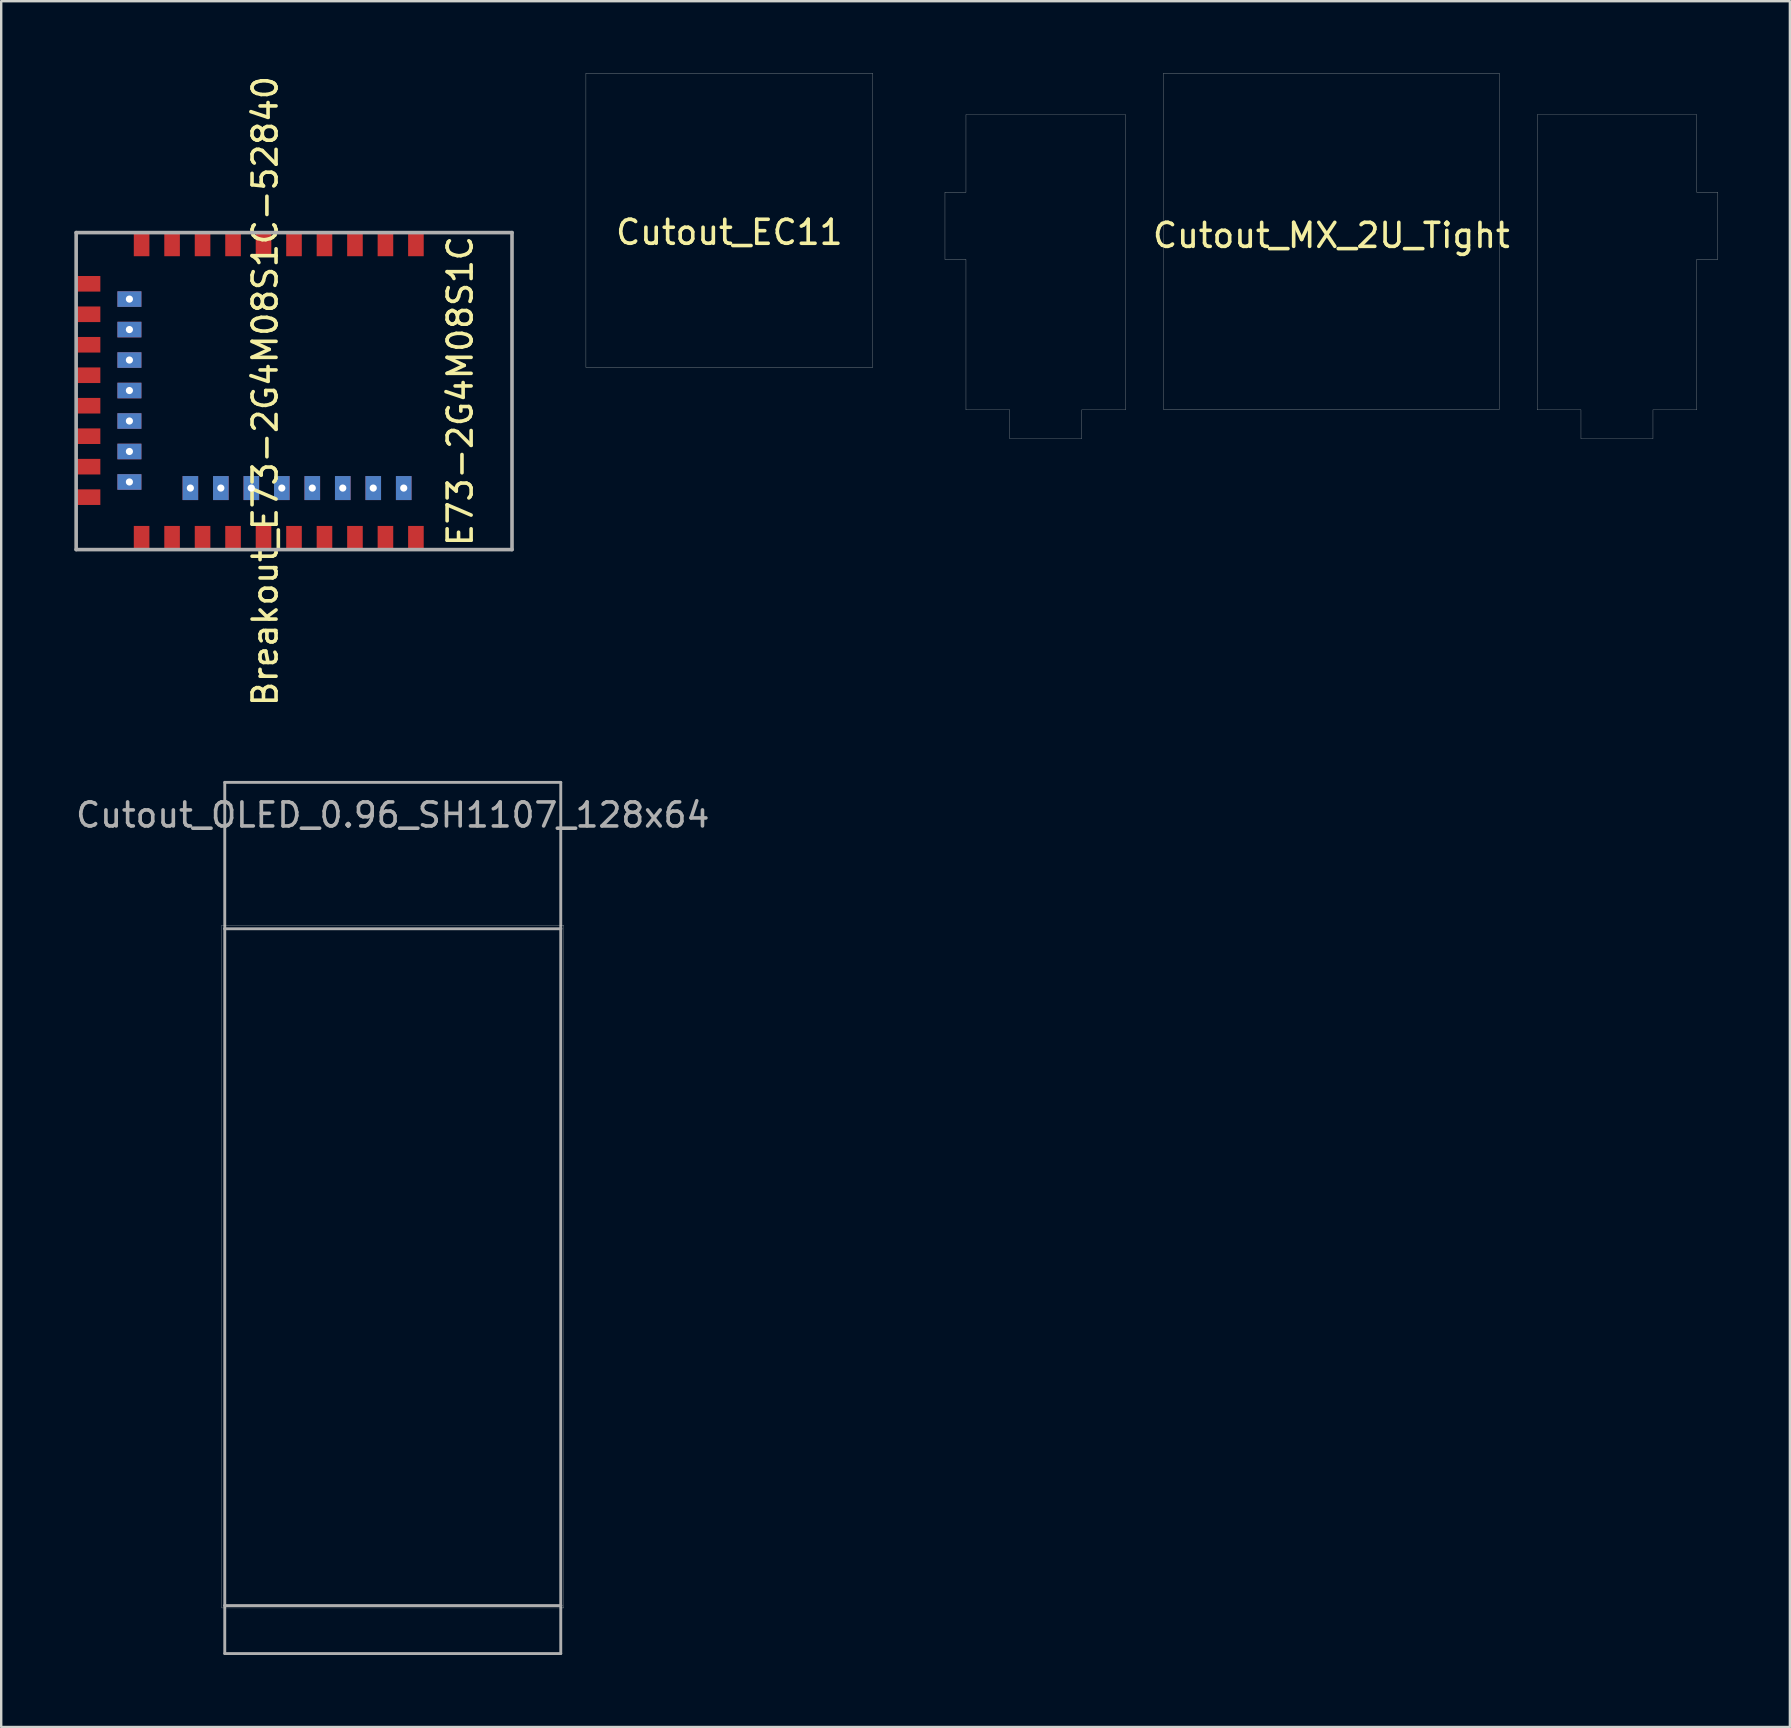
<source format=kicad_pcb>
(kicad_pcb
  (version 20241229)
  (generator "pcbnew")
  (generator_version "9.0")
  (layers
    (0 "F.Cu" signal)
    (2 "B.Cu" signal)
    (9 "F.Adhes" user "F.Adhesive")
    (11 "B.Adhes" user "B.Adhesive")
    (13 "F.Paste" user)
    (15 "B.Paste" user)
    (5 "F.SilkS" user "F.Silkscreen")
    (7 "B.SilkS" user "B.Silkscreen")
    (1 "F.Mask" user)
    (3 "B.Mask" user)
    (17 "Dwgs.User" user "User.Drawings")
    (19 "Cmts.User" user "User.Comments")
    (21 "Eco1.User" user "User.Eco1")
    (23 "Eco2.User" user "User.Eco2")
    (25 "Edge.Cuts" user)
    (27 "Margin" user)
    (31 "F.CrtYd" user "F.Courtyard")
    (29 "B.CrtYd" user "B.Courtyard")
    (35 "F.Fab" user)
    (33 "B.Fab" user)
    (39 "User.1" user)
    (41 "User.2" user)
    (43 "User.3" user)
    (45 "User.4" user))
  (footprint "Cutout_OLED_0.96_SH1107_128x64"
    (layer "F.Cu")
    (at 13.315 46.148)
    (property "Reference" "Cutout_OLED_0.96_SH1107_128x64" (at 0 -15.24 0) (layer "F.Fab") (effects (font (size 1 1) (thickness 0.15))))
    (attr through_hole)
    (fp_line (start -7.125 -10.65) (end -7.125 17.8) (stroke (width 0.01) (type solid)) (layer "Edge.Cuts"))
    (fp_line (start -7.125 17.8) (end 7.125 17.8) (stroke (width 0.01) (type solid)) (layer "Edge.Cuts"))
    (fp_line (start 7.125 -10.65) (end -7.125 -10.65) (stroke (width 0.01) (type solid)) (layer "Edge.Cuts"))
    (fp_line (start 7.125 17.8) (end 7.125 -10.65) (stroke (width 0.01) (type solid)) (layer "Edge.Cuts"))
    (fp_line (start -7 -16.6) (end -7 -10.5) (stroke (width 0.12) (type solid)) (layer "F.Fab"))
    (fp_line (start -7 -10.5) (end -7 17.7) (stroke (width 0.12) (type solid)) (layer "F.Fab"))
    (fp_line (start -7 17.7) (end -7 19.7) (stroke (width 0.12) (type solid)) (layer "F.Fab"))
    (fp_line (start -7 17.7) (end 7 17.7) (stroke (width 0.12) (type solid)) (layer "F.Fab"))
    (fp_line (start -7 19.7) (end 7 19.7) (stroke (width 0.12) (type solid)) (layer "F.Fab"))
    (fp_line (start 7 -16.6) (end -7 -16.6) (stroke (width 0.12) (type solid)) (layer "F.Fab"))
    (fp_line (start 7 -16.6) (end 7 -10.5) (stroke (width 0.12) (type solid)) (layer "F.Fab"))
    (fp_line (start 7 -10.5) (end -7 -10.5) (stroke (width 0.12) (type solid)) (layer "F.Fab"))
    (fp_line (start 7 -10.5) (end 7 17.7) (stroke (width 0.12) (type solid)) (layer "F.Fab"))
    (fp_line (start 7 17.7) (end 7 19.7) (stroke (width 0.12) (type solid)) (layer "F.Fab")))
  (footprint "Cutout_EC11"
    (layer "F.Cu")
    (at 27.339 6.13)
    (property "Reference" "Cutout_EC11" (at 0 0.5 0) (layer "F.SilkS") (effects (font (size 1 1) (thickness 0.15))))
    (attr through_hole)
    (fp_line (start -5.975 -6.125) (end -5.975 6.125) (stroke (width 0.01) (type solid)) (layer "Edge.Cuts"))
    (fp_line (start -5.975 6.125) (end 5.975 6.125) (stroke (width 0.01) (type solid)) (layer "Edge.Cuts"))
    (fp_line (start 5.975 -6.125) (end -5.975 -6.125) (stroke (width 0.01) (type solid)) (layer "Edge.Cuts"))
    (fp_line (start 5.975 -6.125) (end 5.975 6.125) (stroke (width 0.01) (type solid)) (layer "Edge.Cuts")))
  (footprint "Cutout_MX_2U_Tight"
    (layer "F.Cu")
    (at 52.424 7.005)
    (property "Reference" "Cutout_MX_2U_Tight" (at 0 -0.246 180) (layer "F.SilkS") (effects (font (size 1 1) (thickness 0.15))))
    (attr through_hole)
    (fp_line (start -16.1 0.754) (end -16.1 -2.046) (stroke (width 0.01) (type solid)) (layer "Edge.Cuts"))
    (fp_line (start -15.225 -2.046) (end -16.1 -2.046) (stroke (width 0.01) (type solid)) (layer "Edge.Cuts"))
    (fp_line (start -15.225 -2.046) (end -15.225 -5.276) (stroke (width 0.01) (type solid)) (layer "Edge.Cuts"))
    (fp_line (start -15.225 0.754) (end -16.1 0.754) (stroke (width 0.01) (type solid)) (layer "Edge.Cuts"))
    (fp_line (start -15.225 7.024) (end -15.225 0.754) (stroke (width 0.01) (type solid)) (layer "Edge.Cuts"))
    (fp_line (start -13.4 7.024) (end -15.225 7.024) (stroke (width 0.01) (type solid)) (layer "Edge.Cuts"))
    (fp_line (start -13.4 8.224) (end -13.4 7.024) (stroke (width 0.01) (type solid)) (layer "Edge.Cuts"))
    (fp_line (start -10.4 8.224) (end -13.4 8.224) (stroke (width 0.01) (type solid)) (layer "Edge.Cuts"))
    (fp_line (start -10.4 8.224) (end -10.4 7.024) (stroke (width 0.01) (type solid)) (layer "Edge.Cuts"))
    (fp_line (start -8.575 -5.276) (end -15.225 -5.276) (stroke (width 0.01) (type solid)) (layer "Edge.Cuts"))
    (fp_line (start -8.575 7.024) (end -10.4 7.024) (stroke (width 0.01) (type solid)) (layer "Edge.Cuts"))
    (fp_line (start -8.575 7.024) (end -8.575 -5.276) (stroke (width 0.01) (type solid)) (layer "Edge.Cuts"))
    (fp_line (start -7 7) (end -7 -7) (stroke (width 0.01) (type solid)) (layer "Edge.Cuts"))
    (fp_line (start 7 -7) (end -7 -7) (stroke (width 0.01) (type solid)) (layer "Edge.Cuts"))
    (fp_line (start 7 7) (end -7 7) (stroke (width 0.01) (type solid)) (layer "Edge.Cuts"))
    (fp_line (start 7 7) (end 7 -7) (stroke (width 0.01) (type solid)) (layer "Edge.Cuts"))
    (fp_line (start 8.575 7.024) (end 8.575 -5.276) (stroke (width 0.01) (type solid)) (layer "Edge.Cuts"))
    (fp_line (start 10.4 7.024) (end 8.575 7.024) (stroke (width 0.01) (type solid)) (layer "Edge.Cuts"))
    (fp_line (start 10.4 8.224) (end 10.4 7.024) (stroke (width 0.01) (type solid)) (layer "Edge.Cuts"))
    (fp_line (start 13.4 8.224) (end 10.4 8.224) (stroke (width 0.01) (type solid)) (layer "Edge.Cuts"))
    (fp_line (start 13.4 8.224) (end 13.4 7.024) (stroke (width 0.01) (type solid)) (layer "Edge.Cuts"))
    (fp_line (start 15.225 -5.276) (end 8.575 -5.276) (stroke (width 0.01) (type solid)) (layer "Edge.Cuts"))
    (fp_line (start 15.225 -2.046) (end 15.225 -5.276) (stroke (width 0.01) (type solid)) (layer "Edge.Cuts"))
    (fp_line (start 15.225 7.024) (end 13.4 7.024) (stroke (width 0.01) (type solid)) (layer "Edge.Cuts"))
    (fp_line (start 15.225 7.024) (end 15.225 0.754) (stroke (width 0.01) (type solid)) (layer "Edge.Cuts"))
    (fp_line (start 16.1 -2.046) (end 15.225 -2.046) (stroke (width 0.01) (type solid)) (layer "Edge.Cuts"))
    (fp_line (start 16.1 0.754) (end 15.225 0.754) (stroke (width 0.01) (type solid)) (layer "Edge.Cuts"))
    (fp_line (start 16.1 0.754) (end 16.1 -2.046) (stroke (width 0.01) (type solid)) (layer "Edge.Cuts")))
  (footprint "Breakout_E73-2G4M08S1C-52840"
    (layer "F.Cu")
    (at 0.25 13.245)
    (property "Reference" "Breakout_E73-2G4M08S1C-52840" (at 7.747 -0.000467 270) (layer "F.SilkS") (effects (font (size 1 1) (thickness 0.15))))
    (attr through_hole)
    (fp_line (start -0.127 -6.604) (end -0.127 6.604) (stroke (width 0.15) (type solid)) (layer "F.Fab"))
    (fp_line (start -0.127 6.604) (end 18.034 6.604) (stroke (width 0.15) (type solid)) (layer "F.Fab"))
    (fp_line (start 18.034 -6.604) (end -0.127 -6.604) (stroke (width 0.15) (type solid)) (layer "F.Fab"))
    (fp_line (start 18.034 6.604) (end 18.034 -6.604) (stroke (width 0.15) (type solid)) (layer "F.Fab"))
    (fp_text user "E73-2G4M08S1C" (at 15.875 0 90) (layer "F.SilkS") (effects (font (size 1 1) (thickness 0.15))))
    (pad "1" smd rect (at 14.03 -6.119) (size 0.65 1) (layers "F.Cu" "F.Mask" "F.Paste"))
    (pad "2" smd rect (at 12.76 -6.119) (size 0.65 1) (layers "F.Cu" "F.Mask" "F.Paste"))
    (pad "3" smd rect (at 11.49 -6.119) (size 0.65 1) (layers "F.Cu" "F.Mask" "F.Paste"))
    (pad "4" smd rect (at 10.22 -6.119) (size 0.65 1) (layers "F.Cu" "F.Mask" "F.Paste"))
    (pad "5" smd rect (at 8.95 -6.119) (size 0.65 1) (layers "F.Cu" "F.Mask" "F.Paste"))
    (pad "6" smd rect (at 7.68 -6.119) (size 0.65 1) (layers "F.Cu" "F.Mask" "F.Paste"))
    (pad "7" smd rect (at 6.41 -6.119) (size 0.65 1) (layers "F.Cu" "F.Mask" "F.Paste"))
    (pad "8" smd rect (at 5.14 -6.119) (size 0.65 1) (layers "F.Cu" "F.Mask" "F.Paste"))
    (pad "9" smd rect (at 3.87 -6.119) (size 0.65 1) (layers "F.Cu" "F.Mask" "F.Paste"))
    (pad "10" smd rect (at 2.6 -6.119) (size 0.65 1) (layers "F.Cu" "F.Mask" "F.Paste"))
    (pad "11" smd rect (at 0.381 -4.47 90) (size 0.65 1) (layers "F.Cu" "F.Mask" "F.Paste"))
    (pad "12" thru_hole rect (at 2.092 -3.833 90) (size 0.65 1) (drill 0.3) (layers "*.Cu" "*.Mask"))
    (pad "13" smd rect (at 0.381 -3.2 90) (size 0.65 1) (layers "F.Cu" "F.Mask" "F.Paste"))
    (pad "14" thru_hole rect (at 2.092 -2.563 90) (size 0.65 1) (drill 0.3) (layers "*.Cu" "*.Mask"))
    (pad "15" smd rect (at 0.381 -1.93 90) (size 0.65 1) (layers "F.Cu" "F.Mask" "F.Paste"))
    (pad "16" thru_hole rect (at 2.092 -1.293 90) (size 0.65 1) (drill 0.3) (layers "*.Cu" "*.Mask"))
    (pad "17" smd rect (at 0.381 -0.66 90) (size 0.65 1) (layers "F.Cu" "F.Mask" "F.Paste"))
    (pad "18" thru_hole rect (at 2.092 -0.023 90) (size 0.65 1) (drill 0.3) (layers "*.Cu" "*.Mask"))
    (pad "19" smd rect (at 0.381 0.61 90) (size 0.65 1) (layers "F.Cu" "F.Mask" "F.Paste"))
    (pad "20" thru_hole rect (at 2.092 1.247 90) (size 0.65 1) (drill 0.3) (layers "*.Cu" "*.Mask"))
    (pad "21" smd rect (at 0.381 1.88 90) (size 0.65 1) (layers "F.Cu" "F.Mask" "F.Paste"))
    (pad "22" thru_hole rect (at 2.092 2.517 90) (size 0.65 1) (drill 0.3) (layers "*.Cu" "*.Mask"))
    (pad "23" smd rect (at 0.381 3.15 90) (size 0.65 1) (layers "F.Cu" "F.Mask" "F.Paste"))
    (pad "24" thru_hole rect (at 2.092 3.787 90) (size 0.65 1) (drill 0.3) (layers "*.Cu" "*.Mask"))
    (pad "25" smd rect (at 0.381 4.42 90) (size 0.65 1) (layers "F.Cu" "F.Mask" "F.Paste"))
    (pad "26" smd rect (at 2.6 6.119) (size 0.65 1) (layers "F.Cu" "F.Mask" "F.Paste"))
    (pad "27" smd rect (at 3.87 6.119) (size 0.65 1) (layers "F.Cu" "F.Mask" "F.Paste"))
    (pad "28" thru_hole rect (at 4.632 4.041) (size 0.65 1) (drill 0.3) (layers "*.Cu" "*.Mask"))
    (pad "29" smd rect (at 5.14 6.119) (size 0.65 1) (layers "F.Cu" "F.Mask" "F.Paste"))
    (pad "30" thru_hole rect (at 5.902 4.041) (size 0.65 1) (drill 0.3) (layers "*.Cu" "*.Mask"))
    (pad "31" smd rect (at 6.41 6.119) (size 0.65 1) (layers "F.Cu" "F.Mask" "F.Paste"))
    (pad "32" thru_hole rect (at 7.172 4.041) (size 0.65 1) (drill 0.3) (layers "*.Cu" "*.Mask"))
    (pad "33" smd rect (at 7.68 6.119) (size 0.65 1) (layers "F.Cu" "F.Mask" "F.Paste"))
    (pad "34" thru_hole rect (at 8.442 4.041) (size 0.65 1) (drill 0.3) (layers "*.Cu" "*.Mask"))
    (pad "35" smd rect (at 8.95 6.119) (size 0.65 1) (layers "F.Cu" "F.Mask" "F.Paste"))
    (pad "36" thru_hole rect (at 9.712 4.041) (size 0.65 1) (drill 0.3) (layers "*.Cu" "*.Mask"))
    (pad "37" smd rect (at 10.22 6.119) (size 0.65 1) (layers "F.Cu" "F.Mask" "F.Paste"))
    (pad "38" thru_hole rect (at 10.982 4.041) (size 0.65 1) (drill 0.3) (layers "*.Cu" "*.Mask"))
    (pad "39" smd rect (at 11.49 6.119) (size 0.65 1) (layers "F.Cu" "F.Mask" "F.Paste"))
    (pad "40" thru_hole rect (at 12.252 4.041) (size 0.65 1) (drill 0.3) (layers "*.Cu" "*.Mask"))
    (pad "41" smd rect (at 12.76 6.119) (size 0.65 1) (layers "F.Cu" "F.Mask" "F.Paste"))
    (pad "42" thru_hole rect (at 13.522 4.041) (size 0.65 1) (drill 0.3) (layers "*.Cu" "*.Mask"))
    (pad "43" smd rect (at 14.03 6.119) (size 0.65 1) (layers "F.Cu" "F.Mask" "F.Paste")))
  (gr_rect
    (start -3 -3)
    (end 71.529 68.908)
    (stroke (width 0.1) (type default))
    (fill no)
    (layer "Edge.Cuts")))
</source>
